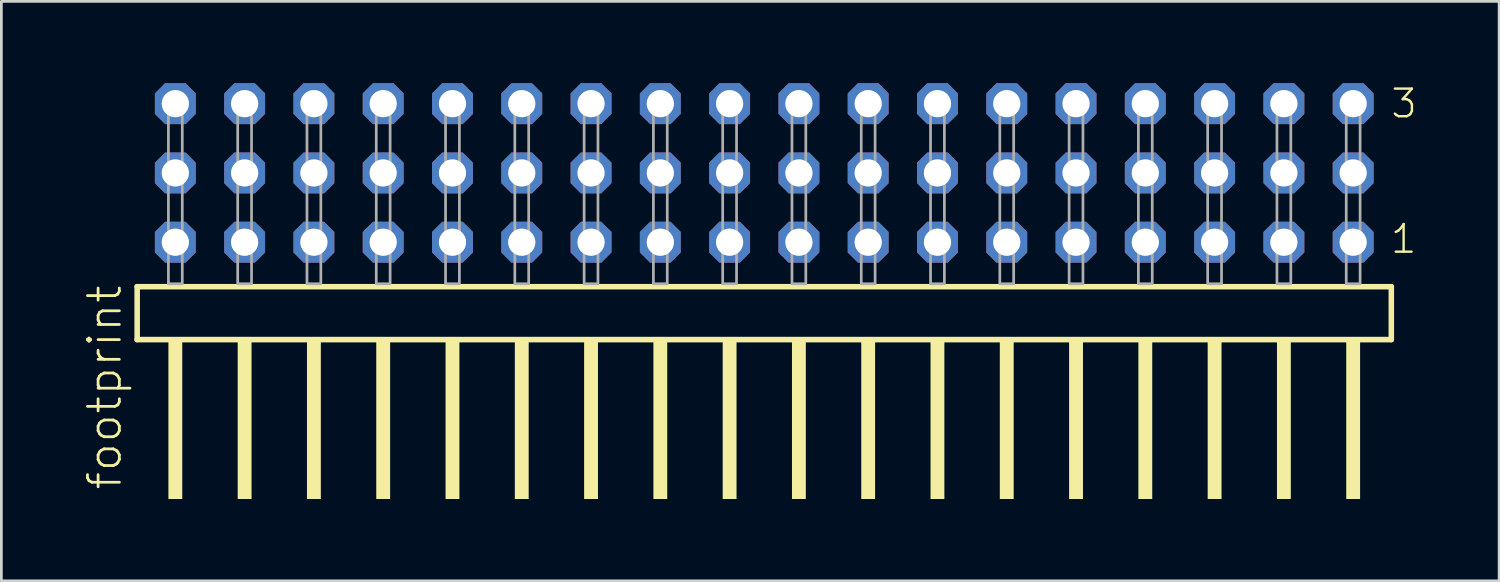
<source format=kicad_pcb>
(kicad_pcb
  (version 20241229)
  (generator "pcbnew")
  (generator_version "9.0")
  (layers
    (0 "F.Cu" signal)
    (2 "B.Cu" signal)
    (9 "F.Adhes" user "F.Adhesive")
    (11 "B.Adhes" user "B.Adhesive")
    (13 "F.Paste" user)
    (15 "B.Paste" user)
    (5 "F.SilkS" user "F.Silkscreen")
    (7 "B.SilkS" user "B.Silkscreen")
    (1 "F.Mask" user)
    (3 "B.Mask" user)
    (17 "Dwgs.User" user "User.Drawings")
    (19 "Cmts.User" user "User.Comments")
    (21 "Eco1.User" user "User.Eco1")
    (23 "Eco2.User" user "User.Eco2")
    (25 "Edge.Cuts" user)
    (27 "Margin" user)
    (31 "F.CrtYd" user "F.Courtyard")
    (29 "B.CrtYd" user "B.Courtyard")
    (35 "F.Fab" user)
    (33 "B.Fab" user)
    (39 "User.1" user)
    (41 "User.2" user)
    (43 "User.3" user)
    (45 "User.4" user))
  (footprint "footprint"
    (layer "F.Cu")
    (at 24.968 7.354)
    (property "Reference" "footprint" (at -23.495 7.62 90) (layer "F.SilkS") (effects (font (size 1.168 1.168) (thickness 0.102)) (justify left bottom)))
    (fp_line (start -22.989 0.106) (end -22.989 2.046) (stroke (width 0.203) (type solid)) (layer "F.SilkS"))
    (fp_line (start -22.989 2.046) (end 22.989 2.046) (stroke (width 0.203) (type solid)) (layer "F.SilkS"))
    (fp_line (start 22.989 0.106) (end -22.989 0.106) (stroke (width 0.203) (type solid)) (layer "F.SilkS"))
    (fp_line (start 22.989 2.046) (end 22.989 0.106) (stroke (width 0.203) (type solid)) (layer "F.SilkS"))
    (fp_poly (pts (xy -21.844 7.89) (xy -21.336 7.89) (xy -21.336 2.04) (xy -21.844 2.04)) (stroke (width 0) (type solid)) (fill yes) (layer "F.SilkS"))
    (fp_poly (pts (xy -19.304 7.89) (xy -18.796 7.89) (xy -18.796 2.04) (xy -19.304 2.04)) (stroke (width 0) (type solid)) (fill yes) (layer "F.SilkS"))
    (fp_poly (pts (xy -16.764 7.89) (xy -16.256 7.89) (xy -16.256 2.04) (xy -16.764 2.04)) (stroke (width 0) (type solid)) (fill yes) (layer "F.SilkS"))
    (fp_poly (pts (xy -14.224 7.89) (xy -13.716 7.89) (xy -13.716 2.04) (xy -14.224 2.04)) (stroke (width 0) (type solid)) (fill yes) (layer "F.SilkS"))
    (fp_poly (pts (xy -11.684 7.89) (xy -11.176 7.89) (xy -11.176 2.04) (xy -11.684 2.04)) (stroke (width 0) (type solid)) (fill yes) (layer "F.SilkS"))
    (fp_poly (pts (xy -9.144 7.89) (xy -8.636 7.89) (xy -8.636 2.04) (xy -9.144 2.04)) (stroke (width 0) (type solid)) (fill yes) (layer "F.SilkS"))
    (fp_poly (pts (xy -6.604 7.89) (xy -6.096 7.89) (xy -6.096 2.04) (xy -6.604 2.04)) (stroke (width 0) (type solid)) (fill yes) (layer "F.SilkS"))
    (fp_poly (pts (xy -4.064 7.89) (xy -3.556 7.89) (xy -3.556 2.04) (xy -4.064 2.04)) (stroke (width 0) (type solid)) (fill yes) (layer "F.SilkS"))
    (fp_poly (pts (xy -1.524 7.89) (xy -1.016 7.89) (xy -1.016 2.04) (xy -1.524 2.04)) (stroke (width 0) (type solid)) (fill yes) (layer "F.SilkS"))
    (fp_poly (pts (xy 1.016 7.89) (xy 1.524 7.89) (xy 1.524 2.04) (xy 1.016 2.04)) (stroke (width 0) (type solid)) (fill yes) (layer "F.SilkS"))
    (fp_poly (pts (xy 3.556 7.89) (xy 4.064 7.89) (xy 4.064 2.04) (xy 3.556 2.04)) (stroke (width 0) (type solid)) (fill yes) (layer "F.SilkS"))
    (fp_poly (pts (xy 6.096 7.89) (xy 6.604 7.89) (xy 6.604 2.04) (xy 6.096 2.04)) (stroke (width 0) (type solid)) (fill yes) (layer "F.SilkS"))
    (fp_poly (pts (xy 8.636 7.89) (xy 9.144 7.89) (xy 9.144 2.04) (xy 8.636 2.04)) (stroke (width 0) (type solid)) (fill yes) (layer "F.SilkS"))
    (fp_poly (pts (xy 11.176 7.89) (xy 11.684 7.89) (xy 11.684 2.04) (xy 11.176 2.04)) (stroke (width 0) (type solid)) (fill yes) (layer "F.SilkS"))
    (fp_poly (pts (xy 13.716 7.89) (xy 14.224 7.89) (xy 14.224 2.04) (xy 13.716 2.04)) (stroke (width 0) (type solid)) (fill yes) (layer "F.SilkS"))
    (fp_poly (pts (xy 16.256 7.89) (xy 16.764 7.89) (xy 16.764 2.04) (xy 16.256 2.04)) (stroke (width 0) (type solid)) (fill yes) (layer "F.SilkS"))
    (fp_poly (pts (xy 18.796 7.89) (xy 19.304 7.89) (xy 19.304 2.04) (xy 18.796 2.04)) (stroke (width 0) (type solid)) (fill yes) (layer "F.SilkS"))
    (fp_poly (pts (xy 21.336 7.89) (xy 21.844 7.89) (xy 21.844 2.04) (xy 21.336 2.04)) (stroke (width 0) (type solid)) (fill yes) (layer "F.SilkS"))
    (fp_poly (pts (xy -21.844 0) (xy -21.336 0) (xy -21.336 -6.858) (xy -21.844 -6.858)) (stroke (width 0.1) (type solid)) (fill no) (layer "F.Fab"))
    (fp_poly (pts (xy -19.304 0) (xy -18.796 0) (xy -18.796 -6.858) (xy -19.304 -6.858)) (stroke (width 0.1) (type solid)) (fill no) (layer "F.Fab"))
    (fp_poly (pts (xy -16.764 0) (xy -16.256 0) (xy -16.256 -6.858) (xy -16.764 -6.858)) (stroke (width 0.1) (type solid)) (fill no) (layer "F.Fab"))
    (fp_poly (pts (xy -14.224 0) (xy -13.716 0) (xy -13.716 -6.858) (xy -14.224 -6.858)) (stroke (width 0.1) (type solid)) (fill no) (layer "F.Fab"))
    (fp_poly (pts (xy -11.684 0) (xy -11.176 0) (xy -11.176 -6.858) (xy -11.684 -6.858)) (stroke (width 0.1) (type solid)) (fill no) (layer "F.Fab"))
    (fp_poly (pts (xy -9.144 0) (xy -8.636 0) (xy -8.636 -6.858) (xy -9.144 -6.858)) (stroke (width 0.1) (type solid)) (fill no) (layer "F.Fab"))
    (fp_poly (pts (xy -6.604 0) (xy -6.096 0) (xy -6.096 -6.858) (xy -6.604 -6.858)) (stroke (width 0.1) (type solid)) (fill no) (layer "F.Fab"))
    (fp_poly (pts (xy -4.064 0) (xy -3.556 0) (xy -3.556 -6.858) (xy -4.064 -6.858)) (stroke (width 0.1) (type solid)) (fill no) (layer "F.Fab"))
    (fp_poly (pts (xy -1.524 0) (xy -1.016 0) (xy -1.016 -6.858) (xy -1.524 -6.858)) (stroke (width 0.1) (type solid)) (fill no) (layer "F.Fab"))
    (fp_poly (pts (xy 1.016 0) (xy 1.524 0) (xy 1.524 -6.858) (xy 1.016 -6.858)) (stroke (width 0.1) (type solid)) (fill no) (layer "F.Fab"))
    (fp_poly (pts (xy 3.556 0) (xy 4.064 0) (xy 4.064 -6.858) (xy 3.556 -6.858)) (stroke (width 0.1) (type solid)) (fill no) (layer "F.Fab"))
    (fp_poly (pts (xy 6.096 0) (xy 6.604 0) (xy 6.604 -6.858) (xy 6.096 -6.858)) (stroke (width 0.1) (type solid)) (fill no) (layer "F.Fab"))
    (fp_poly (pts (xy 8.636 0) (xy 9.144 0) (xy 9.144 -6.858) (xy 8.636 -6.858)) (stroke (width 0.1) (type solid)) (fill no) (layer "F.Fab"))
    (fp_poly (pts (xy 11.176 0) (xy 11.684 0) (xy 11.684 -6.858) (xy 11.176 -6.858)) (stroke (width 0.1) (type solid)) (fill no) (layer "F.Fab"))
    (fp_poly (pts (xy 13.716 0) (xy 14.224 0) (xy 14.224 -6.858) (xy 13.716 -6.858)) (stroke (width 0.1) (type solid)) (fill no) (layer "F.Fab"))
    (fp_poly (pts (xy 16.256 0) (xy 16.764 0) (xy 16.764 -6.858) (xy 16.256 -6.858)) (stroke (width 0.1) (type solid)) (fill no) (layer "F.Fab"))
    (fp_poly (pts (xy 18.796 0) (xy 19.304 0) (xy 19.304 -6.858) (xy 18.796 -6.858)) (stroke (width 0.1) (type solid)) (fill no) (layer "F.Fab"))
    (fp_poly (pts (xy 21.336 0) (xy 21.844 0) (xy 21.844 -6.858) (xy 21.336 -6.858)) (stroke (width 0.1) (type solid)) (fill no) (layer "F.Fab"))
    (fp_text user "3" (at 22.915 -6.015 0) (layer "F.SilkS") (effects (font (size 1.012 1.012) (thickness 0.088)) (justify left bottom)))
    (fp_text user "1" (at 22.9 -1.05 0) (layer "F.SilkS") (effects (font (size 1.012 1.012) (thickness 0.088)) (justify left bottom)))
    (pad "1" thru_hole roundrect (at 21.59 -1.524 180) (size 1.5 1.5) (drill 1) (layers "*.Cu" "*.Mask") (roundrect_rratio 0.25) (chamfer_ratio 0.25) (chamfer top_left top_right bottom_left bottom_right))
    (pad "2" thru_hole roundrect (at 21.59 -4.064 180) (size 1.5 1.5) (drill 1) (layers "*.Cu" "*.Mask") (roundrect_rratio 0.25) (chamfer_ratio 0.25) (chamfer top_left top_right bottom_left bottom_right))
    (pad "3" thru_hole roundrect (at 21.59 -6.604 180) (size 1.5 1.5) (drill 1) (layers "*.Cu" "*.Mask") (roundrect_rratio 0.25) (chamfer_ratio 0.25) (chamfer top_left top_right bottom_left bottom_right))
    (pad "4" thru_hole roundrect (at 19.05 -1.524 180) (size 1.5 1.5) (drill 1) (layers "*.Cu" "*.Mask") (roundrect_rratio 0.25) (chamfer_ratio 0.25) (chamfer top_left top_right bottom_left bottom_right))
    (pad "5" thru_hole roundrect (at 19.05 -4.064 180) (size 1.5 1.5) (drill 1) (layers "*.Cu" "*.Mask") (roundrect_rratio 0.25) (chamfer_ratio 0.25) (chamfer top_left top_right bottom_left bottom_right))
    (pad "6" thru_hole roundrect (at 19.05 -6.604 180) (size 1.5 1.5) (drill 1) (layers "*.Cu" "*.Mask") (roundrect_rratio 0.25) (chamfer_ratio 0.25) (chamfer top_left top_right bottom_left bottom_right))
    (pad "7" thru_hole roundrect (at 16.51 -1.524 180) (size 1.5 1.5) (drill 1) (layers "*.Cu" "*.Mask") (roundrect_rratio 0.25) (chamfer_ratio 0.25) (chamfer top_left top_right bottom_left bottom_right))
    (pad "8" thru_hole roundrect (at 16.51 -4.064 180) (size 1.5 1.5) (drill 1) (layers "*.Cu" "*.Mask") (roundrect_rratio 0.25) (chamfer_ratio 0.25) (chamfer top_left top_right bottom_left bottom_right))
    (pad "9" thru_hole roundrect (at 16.51 -6.604 180) (size 1.5 1.5) (drill 1) (layers "*.Cu" "*.Mask") (roundrect_rratio 0.25) (chamfer_ratio 0.25) (chamfer top_left top_right bottom_left bottom_right))
    (pad "10" thru_hole roundrect (at 13.97 -1.524 180) (size 1.5 1.5) (drill 1) (layers "*.Cu" "*.Mask") (roundrect_rratio 0.25) (chamfer_ratio 0.25) (chamfer top_left top_right bottom_left bottom_right))
    (pad "11" thru_hole roundrect (at 13.97 -4.064 180) (size 1.5 1.5) (drill 1) (layers "*.Cu" "*.Mask") (roundrect_rratio 0.25) (chamfer_ratio 0.25) (chamfer top_left top_right bottom_left bottom_right))
    (pad "12" thru_hole roundrect (at 13.97 -6.604 180) (size 1.5 1.5) (drill 1) (layers "*.Cu" "*.Mask") (roundrect_rratio 0.25) (chamfer_ratio 0.25) (chamfer top_left top_right bottom_left bottom_right))
    (pad "13" thru_hole roundrect (at 11.43 -1.524 180) (size 1.5 1.5) (drill 1) (layers "*.Cu" "*.Mask") (roundrect_rratio 0.25) (chamfer_ratio 0.25) (chamfer top_left top_right bottom_left bottom_right))
    (pad "14" thru_hole roundrect (at 11.43 -4.064 180) (size 1.5 1.5) (drill 1) (layers "*.Cu" "*.Mask") (roundrect_rratio 0.25) (chamfer_ratio 0.25) (chamfer top_left top_right bottom_left bottom_right))
    (pad "15" thru_hole roundrect (at 11.43 -6.604 180) (size 1.5 1.5) (drill 1) (layers "*.Cu" "*.Mask") (roundrect_rratio 0.25) (chamfer_ratio 0.25) (chamfer top_left top_right bottom_left bottom_right))
    (pad "16" thru_hole roundrect (at 8.89 -1.524 180) (size 1.5 1.5) (drill 1) (layers "*.Cu" "*.Mask") (roundrect_rratio 0.25) (chamfer_ratio 0.25) (chamfer top_left top_right bottom_left bottom_right))
    (pad "17" thru_hole roundrect (at 8.89 -4.064 180) (size 1.5 1.5) (drill 1) (layers "*.Cu" "*.Mask") (roundrect_rratio 0.25) (chamfer_ratio 0.25) (chamfer top_left top_right bottom_left bottom_right))
    (pad "18" thru_hole roundrect (at 8.89 -6.604 180) (size 1.5 1.5) (drill 1) (layers "*.Cu" "*.Mask") (roundrect_rratio 0.25) (chamfer_ratio 0.25) (chamfer top_left top_right bottom_left bottom_right))
    (pad "19" thru_hole roundrect (at 6.35 -1.524 180) (size 1.5 1.5) (drill 1) (layers "*.Cu" "*.Mask") (roundrect_rratio 0.25) (chamfer_ratio 0.25) (chamfer top_left top_right bottom_left bottom_right))
    (pad "20" thru_hole roundrect (at 6.35 -4.064 180) (size 1.5 1.5) (drill 1) (layers "*.Cu" "*.Mask") (roundrect_rratio 0.25) (chamfer_ratio 0.25) (chamfer top_left top_right bottom_left bottom_right))
    (pad "21" thru_hole roundrect (at 6.35 -6.604 180) (size 1.5 1.5) (drill 1) (layers "*.Cu" "*.Mask") (roundrect_rratio 0.25) (chamfer_ratio 0.25) (chamfer top_left top_right bottom_left bottom_right))
    (pad "22" thru_hole roundrect (at 3.81 -1.524 180) (size 1.5 1.5) (drill 1) (layers "*.Cu" "*.Mask") (roundrect_rratio 0.25) (chamfer_ratio 0.25) (chamfer top_left top_right bottom_left bottom_right))
    (pad "23" thru_hole roundrect (at 3.81 -4.064 180) (size 1.5 1.5) (drill 1) (layers "*.Cu" "*.Mask") (roundrect_rratio 0.25) (chamfer_ratio 0.25) (chamfer top_left top_right bottom_left bottom_right))
    (pad "24" thru_hole roundrect (at 3.81 -6.604 180) (size 1.5 1.5) (drill 1) (layers "*.Cu" "*.Mask") (roundrect_rratio 0.25) (chamfer_ratio 0.25) (chamfer top_left top_right bottom_left bottom_right))
    (pad "25" thru_hole roundrect (at 1.27 -1.524 180) (size 1.5 1.5) (drill 1) (layers "*.Cu" "*.Mask") (roundrect_rratio 0.25) (chamfer_ratio 0.25) (chamfer top_left top_right bottom_left bottom_right))
    (pad "26" thru_hole roundrect (at 1.27 -4.064 180) (size 1.5 1.5) (drill 1) (layers "*.Cu" "*.Mask") (roundrect_rratio 0.25) (chamfer_ratio 0.25) (chamfer top_left top_right bottom_left bottom_right))
    (pad "27" thru_hole roundrect (at 1.27 -6.604 180) (size 1.5 1.5) (drill 1) (layers "*.Cu" "*.Mask") (roundrect_rratio 0.25) (chamfer_ratio 0.25) (chamfer top_left top_right bottom_left bottom_right))
    (pad "28" thru_hole roundrect (at -1.27 -1.524 180) (size 1.5 1.5) (drill 1) (layers "*.Cu" "*.Mask") (roundrect_rratio 0.25) (chamfer_ratio 0.25) (chamfer top_left top_right bottom_left bottom_right))
    (pad "29" thru_hole roundrect (at -1.27 -4.064 180) (size 1.5 1.5) (drill 1) (layers "*.Cu" "*.Mask") (roundrect_rratio 0.25) (chamfer_ratio 0.25) (chamfer top_left top_right bottom_left bottom_right))
    (pad "30" thru_hole roundrect (at -1.27 -6.604 180) (size 1.5 1.5) (drill 1) (layers "*.Cu" "*.Mask") (roundrect_rratio 0.25) (chamfer_ratio 0.25) (chamfer top_left top_right bottom_left bottom_right))
    (pad "31" thru_hole roundrect (at -3.81 -1.524 180) (size 1.5 1.5) (drill 1) (layers "*.Cu" "*.Mask") (roundrect_rratio 0.25) (chamfer_ratio 0.25) (chamfer top_left top_right bottom_left bottom_right))
    (pad "32" thru_hole roundrect (at -3.81 -4.064 180) (size 1.5 1.5) (drill 1) (layers "*.Cu" "*.Mask") (roundrect_rratio 0.25) (chamfer_ratio 0.25) (chamfer top_left top_right bottom_left bottom_right))
    (pad "33" thru_hole roundrect (at -3.81 -6.604 180) (size 1.5 1.5) (drill 1) (layers "*.Cu" "*.Mask") (roundrect_rratio 0.25) (chamfer_ratio 0.25) (chamfer top_left top_right bottom_left bottom_right))
    (pad "34" thru_hole roundrect (at -6.35 -1.524 180) (size 1.5 1.5) (drill 1) (layers "*.Cu" "*.Mask") (roundrect_rratio 0.25) (chamfer_ratio 0.25) (chamfer top_left top_right bottom_left bottom_right))
    (pad "35" thru_hole roundrect (at -6.35 -4.064 180) (size 1.5 1.5) (drill 1) (layers "*.Cu" "*.Mask") (roundrect_rratio 0.25) (chamfer_ratio 0.25) (chamfer top_left top_right bottom_left bottom_right))
    (pad "36" thru_hole roundrect (at -6.35 -6.604 180) (size 1.5 1.5) (drill 1) (layers "*.Cu" "*.Mask") (roundrect_rratio 0.25) (chamfer_ratio 0.25) (chamfer top_left top_right bottom_left bottom_right))
    (pad "37" thru_hole roundrect (at -8.89 -1.524 180) (size 1.5 1.5) (drill 1) (layers "*.Cu" "*.Mask") (roundrect_rratio 0.25) (chamfer_ratio 0.25) (chamfer top_left top_right bottom_left bottom_right))
    (pad "38" thru_hole roundrect (at -8.89 -4.064 180) (size 1.5 1.5) (drill 1) (layers "*.Cu" "*.Mask") (roundrect_rratio 0.25) (chamfer_ratio 0.25) (chamfer top_left top_right bottom_left bottom_right))
    (pad "39" thru_hole roundrect (at -8.89 -6.604 180) (size 1.5 1.5) (drill 1) (layers "*.Cu" "*.Mask") (roundrect_rratio 0.25) (chamfer_ratio 0.25) (chamfer top_left top_right bottom_left bottom_right))
    (pad "40" thru_hole roundrect (at -11.43 -1.524 180) (size 1.5 1.5) (drill 1) (layers "*.Cu" "*.Mask") (roundrect_rratio 0.25) (chamfer_ratio 0.25) (chamfer top_left top_right bottom_left bottom_right))
    (pad "41" thru_hole roundrect (at -11.43 -4.064 180) (size 1.5 1.5) (drill 1) (layers "*.Cu" "*.Mask") (roundrect_rratio 0.25) (chamfer_ratio 0.25) (chamfer top_left top_right bottom_left bottom_right))
    (pad "42" thru_hole roundrect (at -11.43 -6.604 180) (size 1.5 1.5) (drill 1) (layers "*.Cu" "*.Mask") (roundrect_rratio 0.25) (chamfer_ratio 0.25) (chamfer top_left top_right bottom_left bottom_right))
    (pad "43" thru_hole roundrect (at -13.97 -1.524 180) (size 1.5 1.5) (drill 1) (layers "*.Cu" "*.Mask") (roundrect_rratio 0.25) (chamfer_ratio 0.25) (chamfer top_left top_right bottom_left bottom_right))
    (pad "44" thru_hole roundrect (at -13.97 -4.064 180) (size 1.5 1.5) (drill 1) (layers "*.Cu" "*.Mask") (roundrect_rratio 0.25) (chamfer_ratio 0.25) (chamfer top_left top_right bottom_left bottom_right))
    (pad "45" thru_hole roundrect (at -13.97 -6.604 180) (size 1.5 1.5) (drill 1) (layers "*.Cu" "*.Mask") (roundrect_rratio 0.25) (chamfer_ratio 0.25) (chamfer top_left top_right bottom_left bottom_right))
    (pad "46" thru_hole roundrect (at -16.51 -1.524 180) (size 1.5 1.5) (drill 1) (layers "*.Cu" "*.Mask") (roundrect_rratio 0.25) (chamfer_ratio 0.25) (chamfer top_left top_right bottom_left bottom_right))
    (pad "47" thru_hole roundrect (at -16.51 -4.064 180) (size 1.5 1.5) (drill 1) (layers "*.Cu" "*.Mask") (roundrect_rratio 0.25) (chamfer_ratio 0.25) (chamfer top_left top_right bottom_left bottom_right))
    (pad "48" thru_hole roundrect (at -16.51 -6.604 180) (size 1.5 1.5) (drill 1) (layers "*.Cu" "*.Mask") (roundrect_rratio 0.25) (chamfer_ratio 0.25) (chamfer top_left top_right bottom_left bottom_right))
    (pad "49" thru_hole roundrect (at -19.05 -1.524 180) (size 1.5 1.5) (drill 1) (layers "*.Cu" "*.Mask") (roundrect_rratio 0.25) (chamfer_ratio 0.25) (chamfer top_left top_right bottom_left bottom_right))
    (pad "50" thru_hole roundrect (at -19.05 -4.064 180) (size 1.5 1.5) (drill 1) (layers "*.Cu" "*.Mask") (roundrect_rratio 0.25) (chamfer_ratio 0.25) (chamfer top_left top_right bottom_left bottom_right))
    (pad "51" thru_hole roundrect (at -19.05 -6.604 180) (size 1.5 1.5) (drill 1) (layers "*.Cu" "*.Mask") (roundrect_rratio 0.25) (chamfer_ratio 0.25) (chamfer top_left top_right bottom_left bottom_right))
    (pad "52" thru_hole roundrect (at -21.59 -1.524 180) (size 1.5 1.5) (drill 1) (layers "*.Cu" "*.Mask") (roundrect_rratio 0.25) (chamfer_ratio 0.25) (chamfer top_left top_right bottom_left bottom_right))
    (pad "53" thru_hole roundrect (at -21.59 -4.064 180) (size 1.5 1.5) (drill 1) (layers "*.Cu" "*.Mask") (roundrect_rratio 0.25) (chamfer_ratio 0.25) (chamfer top_left top_right bottom_left bottom_right))
    (pad "54" thru_hole roundrect (at -21.59 -6.604 180) (size 1.5 1.5) (drill 1) (layers "*.Cu" "*.Mask") (roundrect_rratio 0.25) (chamfer_ratio 0.25) (chamfer top_left top_right bottom_left bottom_right)))
  (gr_rect
    (start -3 -3)
    (end 51.909 18.244)
    (stroke (width 0.1) (type default))
    (fill no)
    (layer "Edge.Cuts")))
</source>
